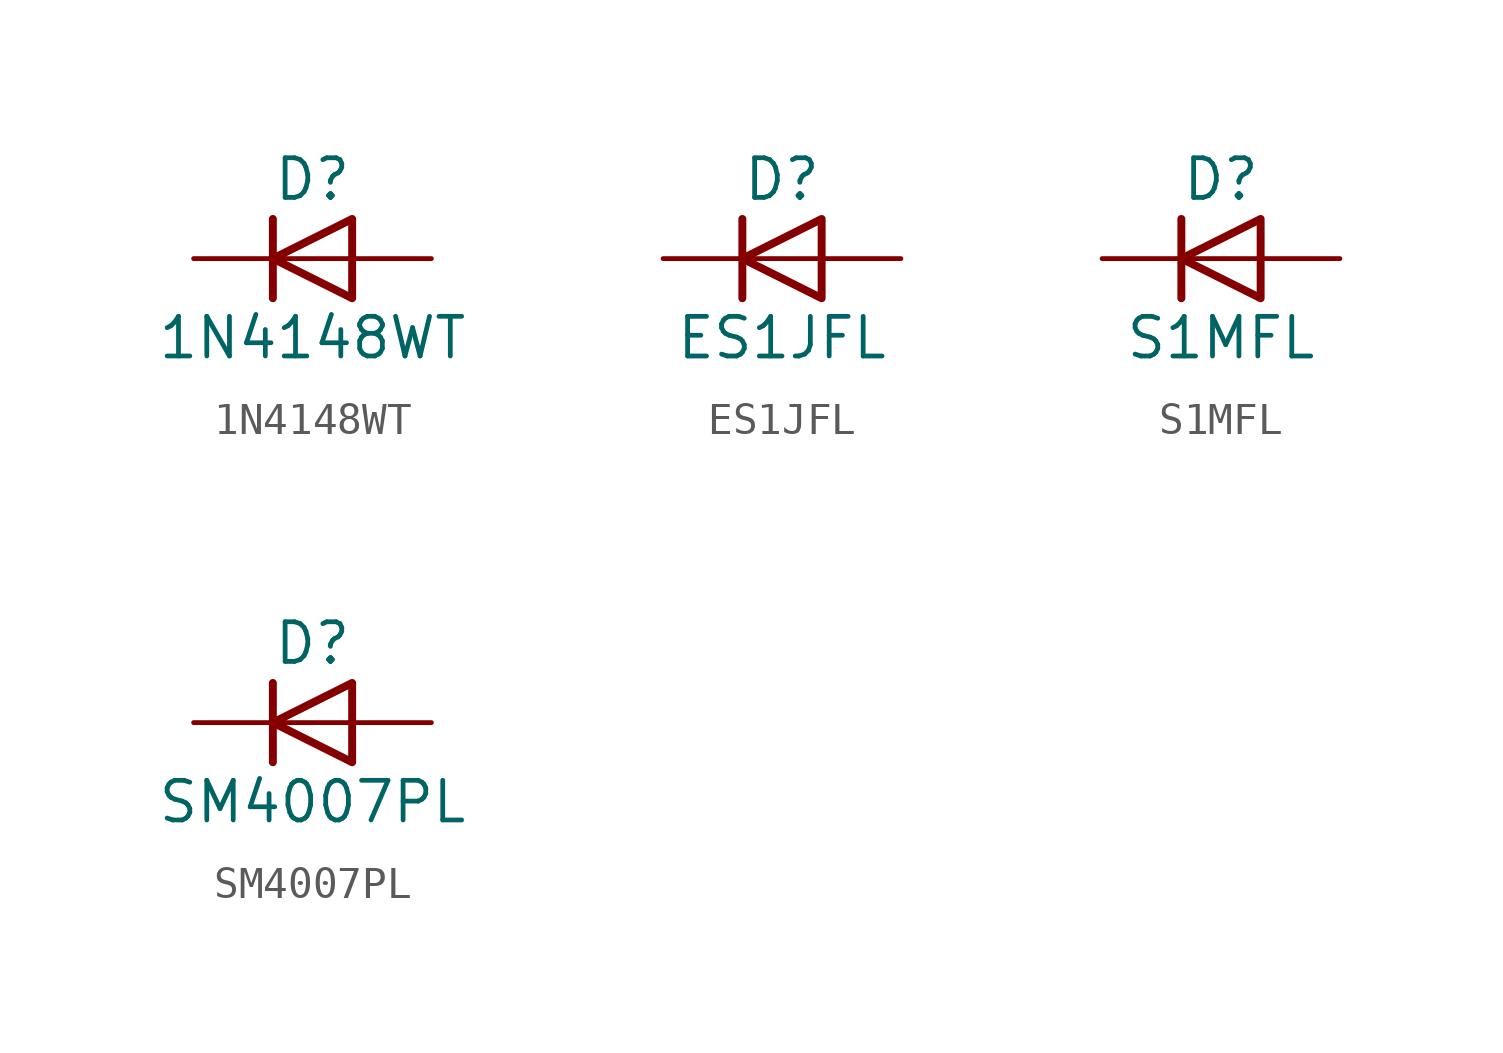
<source format=kicad_sym>
(kicad_symbol_lib
  (version 20220914)
  (generator kicad_db_lib)
  (symbol "1N4148WT"
    (pin_numbers hide)
    (pin_names
      (offset 1.016) hide)
    (property "Reference" "D"
      (at 0 2.54 0)
      (effects (font (size 1.27 1.27))))
    (property "Value" "1N4148WT"
      (at 0 -2.54 0)
      (effects (font (size 1.27 1.27))))
    (symbol "1N4148WT_0_1"
      (polyline (pts (xy -1.27 1.27) (xy -1.27 -1.27)) (stroke (width 0.254) (type default)) (fill (type none)))
      (polyline (pts (xy 1.27 0) (xy -1.27 0)) (stroke (width 0) (type default)) (fill (type none)))
      (polyline (pts (xy 1.27 1.27) (xy 1.27 -1.27) (xy -1.27 0) (xy 1.27 1.27)) (stroke (width 0.254) (type default)) (fill (type none))))
    (symbol "1N4148WT_1_1"
      (pin passive line (at -3.81 0 0) (length 2.54) (name "K" (effects (font (size 1.27 1.27)))) (number "1" (effects (font (size 1.27 1.27)))))
      (pin passive line (at 3.81 0 180) (length 2.54) (name "A" (effects (font (size 1.27 1.27)))) (number "2" (effects (font (size 1.27 1.27)))))))
  (symbol "ES1JFL"
    (pin_numbers hide)
    (pin_names
      (offset 1.016) hide)
    (property "Reference" "D"
      (at 0 2.54 0)
      (effects (font (size 1.27 1.27))))
    (property "Value" "ES1JFL"
      (at 0 -2.54 0)
      (effects (font (size 1.27 1.27))))
    (symbol "ES1JFL_0_1"
      (polyline (pts (xy -1.27 1.27) (xy -1.27 -1.27)) (stroke (width 0.254) (type default)) (fill (type none)))
      (polyline (pts (xy 1.27 0) (xy -1.27 0)) (stroke (width 0) (type default)) (fill (type none)))
      (polyline (pts (xy 1.27 1.27) (xy 1.27 -1.27) (xy -1.27 0) (xy 1.27 1.27)) (stroke (width 0.254) (type default)) (fill (type none))))
    (symbol "ES1JFL_1_1"
      (pin passive line (at -3.81 0 0) (length 2.54) (name "K" (effects (font (size 1.27 1.27)))) (number "1" (effects (font (size 1.27 1.27)))))
      (pin passive line (at 3.81 0 180) (length 2.54) (name "A" (effects (font (size 1.27 1.27)))) (number "2" (effects (font (size 1.27 1.27)))))))
  (symbol "S1MFL"
    (pin_numbers hide)
    (pin_names
      (offset 1.016) hide)
    (property "Reference" "D"
      (at 0 2.54 0)
      (effects (font (size 1.27 1.27))))
    (property "Value" "S1MFL"
      (at 0 -2.54 0)
      (effects (font (size 1.27 1.27))))
    (symbol "S1MFL_0_1"
      (polyline (pts (xy -1.27 1.27) (xy -1.27 -1.27)) (stroke (width 0.254) (type default)) (fill (type none)))
      (polyline (pts (xy 1.27 0) (xy -1.27 0)) (stroke (width 0) (type default)) (fill (type none)))
      (polyline (pts (xy 1.27 1.27) (xy 1.27 -1.27) (xy -1.27 0) (xy 1.27 1.27)) (stroke (width 0.254) (type default)) (fill (type none))))
    (symbol "S1MFL_1_1"
      (pin passive line (at -3.81 0 0) (length 2.54) (name "K" (effects (font (size 1.27 1.27)))) (number "1" (effects (font (size 1.27 1.27)))))
      (pin passive line (at 3.81 0 180) (length 2.54) (name "A" (effects (font (size 1.27 1.27)))) (number "2" (effects (font (size 1.27 1.27)))))))
  (symbol "SM4007PL"
    (pin_numbers hide)
    (pin_names
      (offset 1.016) hide)
    (property "Reference" "D"
      (at 0 2.54 0)
      (effects (font (size 1.27 1.27))))
    (property "Value" "SM4007PL"
      (at 0 -2.54 0)
      (effects (font (size 1.27 1.27))))
    (symbol "SM4007PL_0_1"
      (polyline (pts (xy -1.27 1.27) (xy -1.27 -1.27)) (stroke (width 0.254) (type default)) (fill (type none)))
      (polyline (pts (xy 1.27 0) (xy -1.27 0)) (stroke (width 0) (type default)) (fill (type none)))
      (polyline (pts (xy 1.27 1.27) (xy 1.27 -1.27) (xy -1.27 0) (xy 1.27 1.27)) (stroke (width 0.254) (type default)) (fill (type none))))
    (symbol "SM4007PL_1_1"
      (pin passive line (at -3.81 0 0) (length 2.54) (name "K" (effects (font (size 1.27 1.27)))) (number "1" (effects (font (size 1.27 1.27)))))
      (pin passive line (at 3.81 0 180) (length 2.54) (name "A" (effects (font (size 1.27 1.27)))) (number "2" (effects (font (size 1.27 1.27))))))))
</source>
